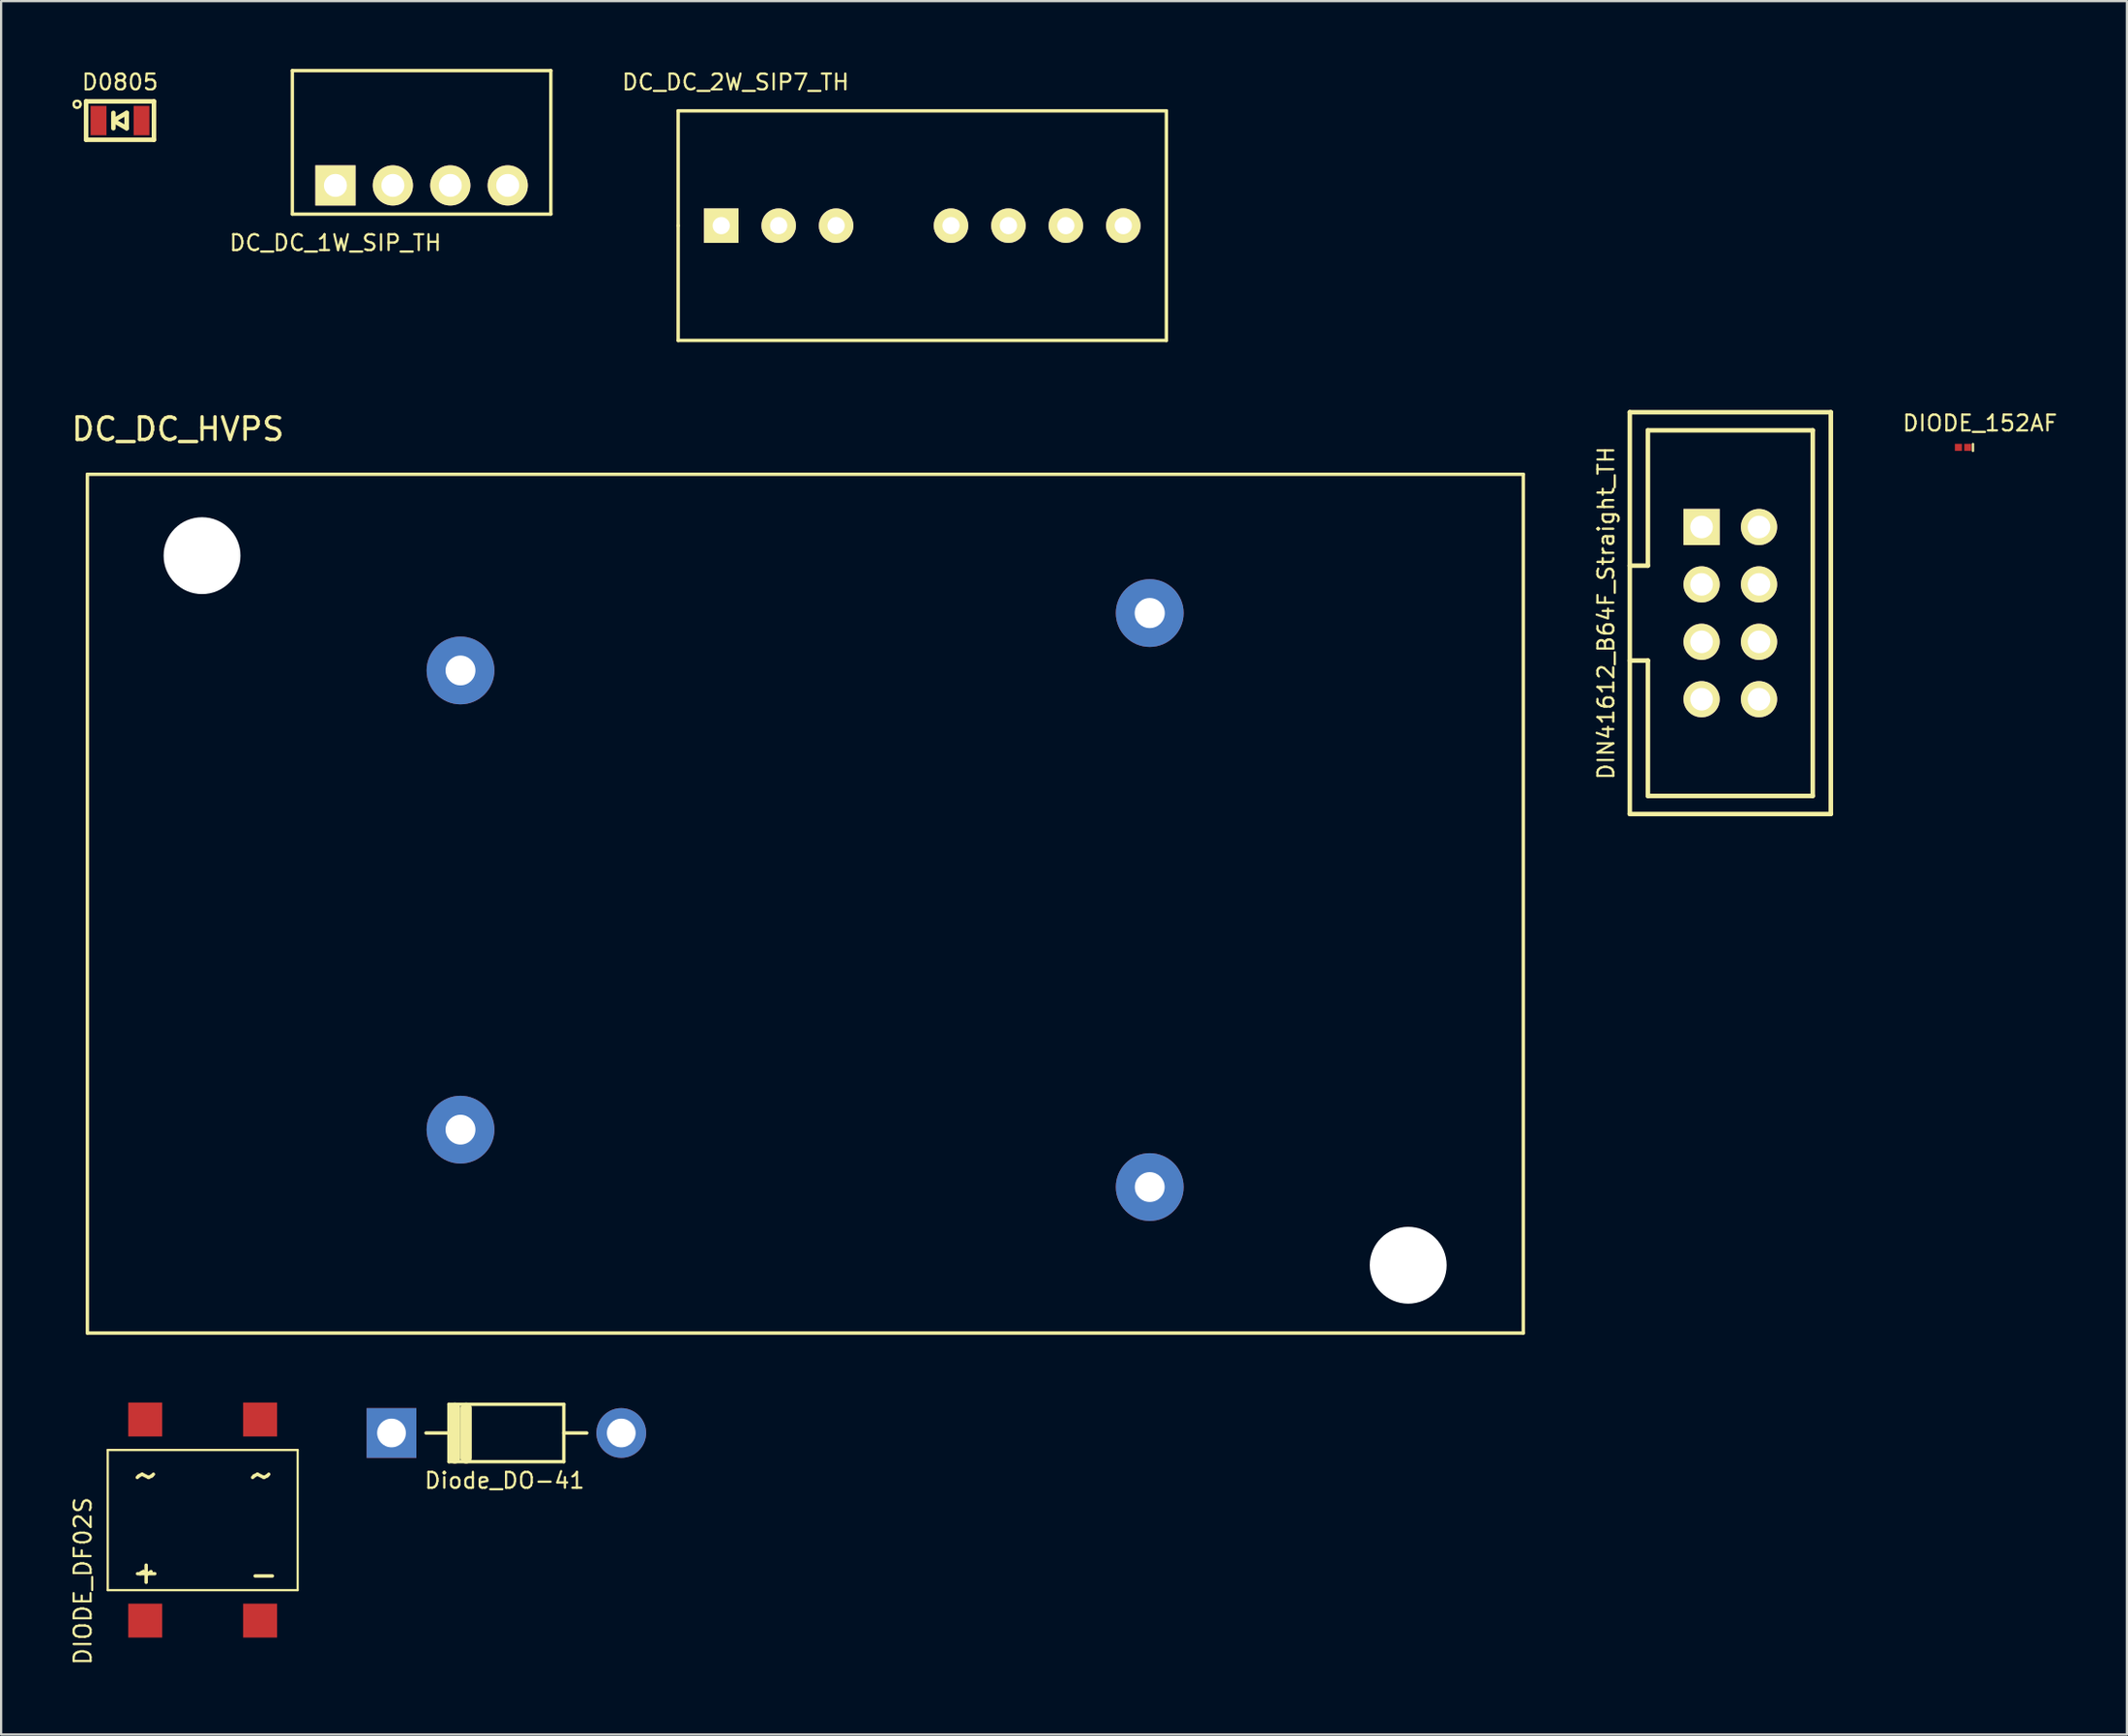
<source format=kicad_pcb>
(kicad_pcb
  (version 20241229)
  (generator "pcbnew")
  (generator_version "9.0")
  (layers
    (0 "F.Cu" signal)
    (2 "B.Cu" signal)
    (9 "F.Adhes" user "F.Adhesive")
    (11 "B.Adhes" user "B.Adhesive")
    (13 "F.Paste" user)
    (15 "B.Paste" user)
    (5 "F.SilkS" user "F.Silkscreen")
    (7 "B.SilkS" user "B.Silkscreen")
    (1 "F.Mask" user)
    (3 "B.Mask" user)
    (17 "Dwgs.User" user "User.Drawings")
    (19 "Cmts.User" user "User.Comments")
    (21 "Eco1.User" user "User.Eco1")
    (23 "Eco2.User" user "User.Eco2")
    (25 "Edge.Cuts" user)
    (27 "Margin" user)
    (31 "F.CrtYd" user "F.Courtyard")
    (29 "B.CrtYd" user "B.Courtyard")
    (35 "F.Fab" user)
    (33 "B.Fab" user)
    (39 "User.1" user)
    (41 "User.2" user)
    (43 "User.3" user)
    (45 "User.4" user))
  (footprint "DIN41612_B64F_Straight_TH"
    (layer "F.Cu")
    (at 73.47 24.08)
    (property "Reference" "DIN41612_B64F_Straight_TH" (at -5.495 0 90) (layer "F.SilkS") (effects (font (size 0.7 0.7) (thickness 0.1))))
    (attr through_hole)
    (fp_line (start -4.445 -8.89) (end -4.445 8.89) (stroke (width 0.2) (type solid)) (layer "F.SilkS"))
    (fp_line (start -4.445 -8.89) (end 4.445 -8.89) (stroke (width 0.2) (type solid)) (layer "F.SilkS"))
    (fp_line (start -4.445 -2.1) (end -3.645 -2.1) (stroke (width 0.2) (type solid)) (layer "F.SilkS"))
    (fp_line (start -4.445 2.1) (end -3.645 2.1) (stroke (width 0.2) (type solid)) (layer "F.SilkS"))
    (fp_line (start -4.445 8.89) (end 4.445 8.89) (stroke (width 0.2) (type solid)) (layer "F.SilkS"))
    (fp_line (start -3.645 -8.09) (end -3.645 -2.1) (stroke (width 0.2) (type solid)) (layer "F.SilkS"))
    (fp_line (start -3.645 -8.09) (end 3.645 -8.09) (stroke (width 0.2) (type solid)) (layer "F.SilkS"))
    (fp_line (start -3.645 8.09) (end -3.645 2.1) (stroke (width 0.2) (type solid)) (layer "F.SilkS"))
    (fp_line (start -3.645 8.09) (end 3.645 8.09) (stroke (width 0.2) (type solid)) (layer "F.SilkS"))
    (fp_line (start 3.645 -8.09) (end 3.645 8.09) (stroke (width 0.2) (type solid)) (layer "F.SilkS"))
    (fp_line (start 4.445 -8.89) (end 4.445 8.89) (stroke (width 0.2) (type solid)) (layer "F.SilkS"))
    (pad "1" thru_hole rect (at -1.27 -3.81) (size 1.6 1.6) (drill 1) (layers "*.Cu" "*.Mask" "F.SilkS"))
    (pad "2" thru_hole circle (at 1.27 -3.81) (size 1.6 1.6) (drill 1) (layers "*.Cu" "*.Mask" "F.SilkS"))
    (pad "3" thru_hole circle (at -1.27 -1.27) (size 1.6 1.6) (drill 1) (layers "*.Cu" "*.Mask" "F.SilkS"))
    (pad "4" thru_hole circle (at 1.27 -1.27) (size 1.6 1.6) (drill 1) (layers "*.Cu" "*.Mask" "F.SilkS"))
    (pad "5" thru_hole circle (at -1.27 1.27) (size 1.6 1.6) (drill 1) (layers "*.Cu" "*.Mask" "F.SilkS"))
    (pad "6" thru_hole circle (at 1.27 1.27) (size 1.6 1.6) (drill 1) (layers "*.Cu" "*.Mask" "F.SilkS"))
    (pad "7" thru_hole circle (at -1.27 3.81) (size 1.6 1.6) (drill 1) (layers "*.Cu" "*.Mask" "F.SilkS"))
    (pad "8" thru_hole circle (at 1.27 3.81) (size 1.6 1.6) (drill 1) (layers "*.Cu" "*.Mask" "F.SilkS")))
  (footprint "DIODE_152AF"
    (layer "F.Cu")
    (at 83.772 16.745)
    (property "Reference" "DIODE_152AF" (at 0.74 -1.07 0) (layer "F.SilkS") (effects (font (size 0.7 0.7) (thickness 0.1))))
    (attr through_hole)
    (fp_line (start 0.43 -0.15) (end 0.43 0.16) (stroke (width 0.1) (type solid)) (layer "F.SilkS"))
    (pad "A" smd rect (at -0.215 0) (size 0.31 0.31) (layers "F.Cu" "F.Mask" "F.Paste"))
    (pad "K" smd rect (at 0.2 0) (size 0.31 0.31) (layers "F.Cu" "F.Mask" "F.Paste")))
  (footprint "D0805"
    (layer "F.Cu")
    (at 2.258 2.285)
    (property "Reference" "D0805" (at 0 -1.7 0) (layer "F.SilkS") (effects (font (size 0.7 0.7) (thickness 0.1))))
    (attr smd)
    (fp_line (start -1.5 -0.85) (end 1.5 -0.85) (stroke (width 0.2) (type solid)) (layer "F.SilkS"))
    (fp_line (start -1.5 0.85) (end -1.5 -0.85) (stroke (width 0.2) (type solid)) (layer "F.SilkS"))
    (fp_line (start -0.294 -0.34) (end -0.294 0.34) (stroke (width 0.2) (type solid)) (layer "F.SilkS"))
    (fp_line (start -0.294 0) (end 0.294 -0.34) (stroke (width 0.2) (type solid)) (layer "F.SilkS"))
    (fp_line (start 0.294 -0.34) (end 0.294 0.34) (stroke (width 0.2) (type solid)) (layer "F.SilkS"))
    (fp_line (start 0.294 0.34) (end -0.294 0) (stroke (width 0.2) (type solid)) (layer "F.SilkS"))
    (fp_line (start 1.5 -0.85) (end 1.5 0.85) (stroke (width 0.2) (type solid)) (layer "F.SilkS"))
    (fp_line (start 1.5 0.85) (end -1.5 0.85) (stroke (width 0.2) (type solid)) (layer "F.SilkS"))
    (fp_text user "○" (at -1.9 -0.75 0) (layer "F.SilkS") (effects (font (size 0.4 0.4) (thickness 0.1))))
    (pad "A" smd rect (at 0.95 0) (size 0.7 1.3) (layers "F.Cu" "F.Mask" "F.Paste"))
    (pad "K" smd rect (at -0.95 0) (size 0.7 1.3) (layers "F.Cu" "F.Mask" "F.Paste")))
  (footprint "DC_DC_2W_SIP7_TH"
    (layer "F.Cu")
    (at 28.846 6.935)
    (property "Reference" "DC_DC_2W_SIP7_TH" (at 0.635 -6.35 0) (layer "F.SilkS") (effects (font (size 0.7 0.7) (thickness 0.1))))
    (attr through_hole)
    (fp_line (start -1.905 -5.08) (end 19.685 -5.08) (stroke (width 0.15) (type solid)) (layer "F.SilkS"))
    (fp_line (start -1.905 0) (end -1.905 -5.08) (stroke (width 0.15) (type solid)) (layer "F.SilkS"))
    (fp_line (start -1.905 5.08) (end -1.905 0) (stroke (width 0.15) (type solid)) (layer "F.SilkS"))
    (fp_line (start 19.685 -5.08) (end 19.685 5.08) (stroke (width 0.15) (type solid)) (layer "F.SilkS"))
    (fp_line (start 19.685 5.08) (end -1.905 5.08) (stroke (width 0.15) (type solid)) (layer "F.SilkS"))
    (pad "1" thru_hole rect (at 0 0) (size 1.524 1.524) (drill 0.762) (layers "*.Cu" "*.Mask" "F.SilkS"))
    (pad "2" thru_hole circle (at 2.54 0) (size 1.524 1.524) (drill 0.762) (layers "*.Cu" "*.Mask" "F.SilkS"))
    (pad "3" thru_hole circle (at 5.08 0) (size 1.524 1.524) (drill 0.762) (layers "*.Cu" "*.Mask" "F.SilkS"))
    (pad "4" thru_hole circle (at 10.16 0) (size 1.524 1.524) (drill 0.762) (layers "*.Cu" "*.Mask" "F.SilkS"))
    (pad "5" thru_hole circle (at 12.7 0) (size 1.524 1.524) (drill 0.762) (layers "*.Cu" "*.Mask" "F.SilkS"))
    (pad "6" thru_hole circle (at 15.24 0) (size 1.524 1.524) (drill 0.762) (layers "*.Cu" "*.Mask" "F.SilkS"))
    (pad "7" thru_hole circle (at 17.78 0) (size 1.524 1.524) (drill 0.762) (layers "*.Cu" "*.Mask" "F.SilkS")))
  (footprint "Diode_DO-41"
    (layer "F.Cu")
    (at 14.264 60.363)
    (property "Reference" "Diode_DO-41" (at 5 2.1 0) (layer "F.SilkS") (effects (font (size 0.7 0.7) (thickness 0.1))))
    (attr through_hole)
    (fp_line (start 2.54 -1.273) (end 7.62 -1.273) (stroke (width 0.15) (type solid)) (layer "F.SilkS"))
    (fp_line (start 2.54 1.267) (end 2.54 -1.273) (stroke (width 0.15) (type solid)) (layer "F.SilkS"))
    (fp_line (start 2.794 -0.003) (end 1.524 -0.003) (stroke (width 0.15) (type solid)) (layer "F.SilkS"))
    (fp_line (start 2.8 -1.1) (end 2.8 1.1) (stroke (width 0.5) (type solid)) (layer "F.SilkS"))
    (fp_line (start 3.3 -1.1) (end 3.3 1.1) (stroke (width 0.5) (type solid)) (layer "F.SilkS"))
    (fp_line (start 7.62 -1.273) (end 7.62 1.267) (stroke (width 0.15) (type solid)) (layer "F.SilkS"))
    (fp_line (start 7.62 -0.003) (end 8.636 -0.003) (stroke (width 0.15) (type solid)) (layer "F.SilkS"))
    (fp_line (start 7.62 1.267) (end 2.54 1.267) (stroke (width 0.15) (type solid)) (layer "F.SilkS"))
    (pad "A" thru_hole circle (at 10.16 -0.003 180) (size 2.2 2.2) (drill 1.27) (layers "*.Cu" "*.Mask"))
    (pad "K" thru_hole rect (at 0 -0.003 180) (size 2.2 2.2) (drill 1.27) (layers "*.Cu" "*.Mask")))
  (footprint "DIODE_DF02S"
    (layer "F.Cu")
    (at 5.914 64.213)
    (property "Reference" "DIODE_DF02S" (at -5.3 2.7 90) (layer "F.SilkS") (effects (font (size 0.75 0.75) (thickness 0.1))))
    (attr through_hole)
    (fp_line (start -4.2 -3.1) (end 4.2 -3.1) (stroke (width 0.1) (type solid)) (layer "F.SilkS"))
    (fp_line (start -4.2 3.1) (end -4.2 -3.1) (stroke (width 0.1) (type solid)) (layer "F.SilkS"))
    (fp_line (start 4.2 -3.1) (end 4.2 3.1) (stroke (width 0.1) (type solid)) (layer "F.SilkS"))
    (fp_line (start 4.2 3.1) (end -4.2 3.1) (stroke (width 0.1) (type solid)) (layer "F.SilkS"))
    (fp_text user "-" (at 2.7 2.4 0) (layer "F.SilkS") (effects (font (size 1 1) (thickness 0.15))))
    (fp_text user "~" (at 2.6 -2 0) (layer "F.SilkS") (effects (font (size 1.5 1.5) (thickness 0.15))))
    (fp_text user "~" (at -2.5 2.3 0) (layer "F.SilkS") (effects (font (size 1 1) (thickness 0.15))))
    (fp_text user "~" (at -2.5 -2 0) (layer "F.SilkS") (effects (font (size 1.5 1.5) (thickness 0.15))))
    (fp_text user "+" (at -2.5 2.3 0) (layer "F.SilkS") (effects (font (size 1 1) (thickness 0.15))))
    (pad "1" smd rect (at -2.54 4.45) (size 1.5 1.5) (layers "F.Cu" "F.Mask"))
    (pad "2" smd rect (at 2.54 4.45) (size 1.5 1.5) (layers "F.Cu" "F.Mask"))
    (pad "3" smd rect (at 2.54 -4.45) (size 1.5 1.5) (layers "F.Cu" "F.Mask"))
    (pad "4" smd rect (at -2.54 -4.45) (size 1.5 1.5) (layers "F.Cu" "F.Mask")))
  (footprint "DC_DC_HVPS"
    (layer "F.Cu")
    (at 17.315 46.938)
    (property "Reference" "DC_DC_HVPS" (at -12.5 -31 0) (layer "F.SilkS") (effects (font (size 1 1) (thickness 0.15))))
    (attr through_hole)
    (fp_line (start -16.5 -29) (end 47 -29) (stroke (width 0.15) (type solid)) (layer "F.SilkS"))
    (fp_line (start -16.5 9) (end -16.5 -29) (stroke (width 0.15) (type solid)) (layer "F.SilkS"))
    (fp_line (start 47 -29) (end 47 9) (stroke (width 0.15) (type solid)) (layer "F.SilkS"))
    (fp_line (start 47 9) (end -16.5 9) (stroke (width 0.15) (type solid)) (layer "F.SilkS"))
    (pad "" np_thru_hole circle (at -11.43 -25.4) (size 3.4 3.4) (drill 3.4) (layers "*.Cu" "*.Mask"))
    (pad "" np_thru_hole circle (at 41.91 6) (size 3.4 3.4) (drill 3.4) (layers "*.Cu" "*.Mask"))
    (pad "1" thru_hole circle (at 0 0) (size 3 3) (drill 1.32) (layers "*.Cu" "*.Mask"))
    (pad "2" thru_hole circle (at 0 -20.32) (size 3 3) (drill 1.32) (layers "*.Cu" "*.Mask"))
    (pad "3" thru_hole circle (at 30.48 -22.86) (size 3 3) (drill 1.332) (layers "*.Cu" "*.Mask"))
    (pad "4" thru_hole circle (at 30.48 2.54) (size 3 3) (drill 1.32) (layers "*.Cu" "*.Mask")))
  (footprint "DC_DC_1W_SIP_TH"
    (layer "F.Cu")
    (at 11.784 5.155)
    (property "Reference" "DC_DC_1W_SIP_TH" (at 0 2.54 0) (layer "F.SilkS") (effects (font (size 0.7 0.7) (thickness 0.1))))
    (attr through_hole)
    (fp_line (start -1.905 -5.08) (end -1.905 1.27) (stroke (width 0.15) (type solid)) (layer "F.SilkS"))
    (fp_line (start -1.905 1.27) (end 9.525 1.27) (stroke (width 0.15) (type solid)) (layer "F.SilkS"))
    (fp_line (start 9.525 -5.08) (end -1.905 -5.08) (stroke (width 0.15) (type solid)) (layer "F.SilkS"))
    (fp_line (start 9.525 1.27) (end 9.525 -5.08) (stroke (width 0.15) (type solid)) (layer "F.SilkS"))
    (pad "1" thru_hole rect (at 0 0) (size 1.778 1.778) (drill 1.016) (layers "*.Cu" "*.Mask" "F.SilkS"))
    (pad "2" thru_hole circle (at 2.54 0) (size 1.778 1.778) (drill 1.016) (layers "*.Cu" "*.Mask" "F.SilkS"))
    (pad "3" thru_hole circle (at 5.08 0) (size 1.778 1.778) (drill 1.016) (layers "*.Cu" "*.Mask" "F.SilkS"))
    (pad "4" thru_hole circle (at 7.62 0) (size 1.778 1.778) (drill 1.016) (layers "*.Cu" "*.Mask" "F.SilkS")))
  (gr_rect
    (start -3 -3)
    (end 91.009 73.703)
    (stroke (width 0.1) (type default))
    (fill no)
    (layer "Edge.Cuts")))
</source>
